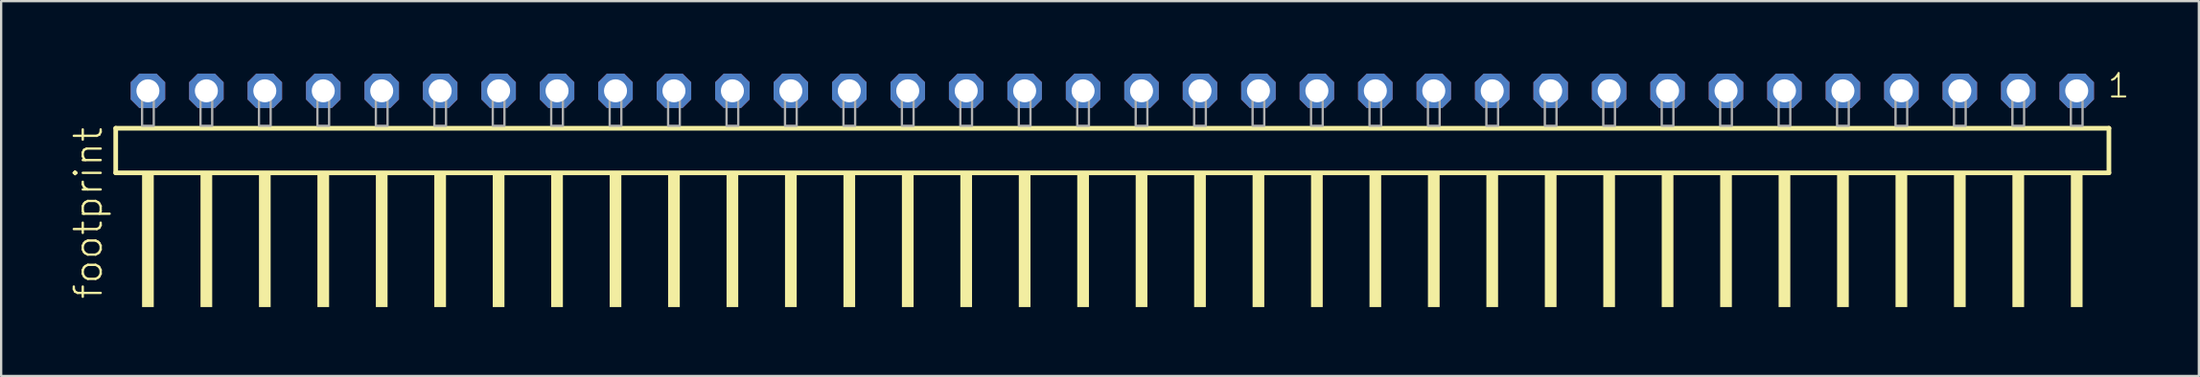
<source format=kicad_pcb>
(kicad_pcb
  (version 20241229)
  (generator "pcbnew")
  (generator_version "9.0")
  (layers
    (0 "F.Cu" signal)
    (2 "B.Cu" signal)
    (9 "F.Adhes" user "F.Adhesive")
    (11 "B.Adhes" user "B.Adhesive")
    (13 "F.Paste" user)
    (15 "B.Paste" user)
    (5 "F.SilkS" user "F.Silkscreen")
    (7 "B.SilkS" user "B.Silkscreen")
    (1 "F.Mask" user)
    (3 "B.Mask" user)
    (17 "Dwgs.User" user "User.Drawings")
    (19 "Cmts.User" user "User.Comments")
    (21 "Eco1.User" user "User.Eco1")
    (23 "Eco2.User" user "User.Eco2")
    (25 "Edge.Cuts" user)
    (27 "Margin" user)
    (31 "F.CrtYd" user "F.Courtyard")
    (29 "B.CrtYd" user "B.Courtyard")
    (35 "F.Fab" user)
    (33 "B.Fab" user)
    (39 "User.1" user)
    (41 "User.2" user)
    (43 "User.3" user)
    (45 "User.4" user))
  (footprint "footprint"
    (layer "F.Cu")
    (at 45.288 2.428)
    (property "Reference" "footprint" (at -43.815 7.62 90) (layer "F.SilkS") (effects (font (size 1.168 1.168) (thickness 0.102)) (justify left bottom)))
    (fp_line (start -43.309 0.106) (end -43.309 2.046) (stroke (width 0.203) (type solid)) (layer "F.SilkS"))
    (fp_line (start -43.309 2.046) (end 43.309 2.046) (stroke (width 0.203) (type solid)) (layer "F.SilkS"))
    (fp_line (start 43.309 0.106) (end -43.309 0.106) (stroke (width 0.203) (type solid)) (layer "F.SilkS"))
    (fp_line (start 43.309 2.046) (end 43.309 0.106) (stroke (width 0.203) (type solid)) (layer "F.SilkS"))
    (fp_poly (pts (xy -42.164 7.89) (xy -41.656 7.89) (xy -41.656 2.04) (xy -42.164 2.04)) (stroke (width 0) (type solid)) (fill yes) (layer "F.SilkS"))
    (fp_poly (pts (xy -39.624 7.89) (xy -39.116 7.89) (xy -39.116 2.04) (xy -39.624 2.04)) (stroke (width 0) (type solid)) (fill yes) (layer "F.SilkS"))
    (fp_poly (pts (xy -37.084 7.89) (xy -36.576 7.89) (xy -36.576 2.04) (xy -37.084 2.04)) (stroke (width 0) (type solid)) (fill yes) (layer "F.SilkS"))
    (fp_poly (pts (xy -34.544 7.89) (xy -34.036 7.89) (xy -34.036 2.04) (xy -34.544 2.04)) (stroke (width 0) (type solid)) (fill yes) (layer "F.SilkS"))
    (fp_poly (pts (xy -32.004 7.89) (xy -31.496 7.89) (xy -31.496 2.04) (xy -32.004 2.04)) (stroke (width 0) (type solid)) (fill yes) (layer "F.SilkS"))
    (fp_poly (pts (xy -29.464 7.89) (xy -28.956 7.89) (xy -28.956 2.04) (xy -29.464 2.04)) (stroke (width 0) (type solid)) (fill yes) (layer "F.SilkS"))
    (fp_poly (pts (xy -26.924 7.89) (xy -26.416 7.89) (xy -26.416 2.04) (xy -26.924 2.04)) (stroke (width 0) (type solid)) (fill yes) (layer "F.SilkS"))
    (fp_poly (pts (xy -24.384 7.89) (xy -23.876 7.89) (xy -23.876 2.04) (xy -24.384 2.04)) (stroke (width 0) (type solid)) (fill yes) (layer "F.SilkS"))
    (fp_poly (pts (xy -21.844 7.89) (xy -21.336 7.89) (xy -21.336 2.04) (xy -21.844 2.04)) (stroke (width 0) (type solid)) (fill yes) (layer "F.SilkS"))
    (fp_poly (pts (xy -19.304 7.89) (xy -18.796 7.89) (xy -18.796 2.04) (xy -19.304 2.04)) (stroke (width 0) (type solid)) (fill yes) (layer "F.SilkS"))
    (fp_poly (pts (xy -16.764 7.89) (xy -16.256 7.89) (xy -16.256 2.04) (xy -16.764 2.04)) (stroke (width 0) (type solid)) (fill yes) (layer "F.SilkS"))
    (fp_poly (pts (xy -14.224 7.89) (xy -13.716 7.89) (xy -13.716 2.04) (xy -14.224 2.04)) (stroke (width 0) (type solid)) (fill yes) (layer "F.SilkS"))
    (fp_poly (pts (xy -11.684 7.89) (xy -11.176 7.89) (xy -11.176 2.04) (xy -11.684 2.04)) (stroke (width 0) (type solid)) (fill yes) (layer "F.SilkS"))
    (fp_poly (pts (xy -9.144 7.89) (xy -8.636 7.89) (xy -8.636 2.04) (xy -9.144 2.04)) (stroke (width 0) (type solid)) (fill yes) (layer "F.SilkS"))
    (fp_poly (pts (xy -6.604 7.89) (xy -6.096 7.89) (xy -6.096 2.04) (xy -6.604 2.04)) (stroke (width 0) (type solid)) (fill yes) (layer "F.SilkS"))
    (fp_poly (pts (xy -4.064 7.89) (xy -3.556 7.89) (xy -3.556 2.04) (xy -4.064 2.04)) (stroke (width 0) (type solid)) (fill yes) (layer "F.SilkS"))
    (fp_poly (pts (xy -1.524 7.89) (xy -1.016 7.89) (xy -1.016 2.04) (xy -1.524 2.04)) (stroke (width 0) (type solid)) (fill yes) (layer "F.SilkS"))
    (fp_poly (pts (xy 1.016 7.89) (xy 1.524 7.89) (xy 1.524 2.04) (xy 1.016 2.04)) (stroke (width 0) (type solid)) (fill yes) (layer "F.SilkS"))
    (fp_poly (pts (xy 3.556 7.89) (xy 4.064 7.89) (xy 4.064 2.04) (xy 3.556 2.04)) (stroke (width 0) (type solid)) (fill yes) (layer "F.SilkS"))
    (fp_poly (pts (xy 6.096 7.89) (xy 6.604 7.89) (xy 6.604 2.04) (xy 6.096 2.04)) (stroke (width 0) (type solid)) (fill yes) (layer "F.SilkS"))
    (fp_poly (pts (xy 8.636 7.89) (xy 9.144 7.89) (xy 9.144 2.04) (xy 8.636 2.04)) (stroke (width 0) (type solid)) (fill yes) (layer "F.SilkS"))
    (fp_poly (pts (xy 11.176 7.89) (xy 11.684 7.89) (xy 11.684 2.04) (xy 11.176 2.04)) (stroke (width 0) (type solid)) (fill yes) (layer "F.SilkS"))
    (fp_poly (pts (xy 13.716 7.89) (xy 14.224 7.89) (xy 14.224 2.04) (xy 13.716 2.04)) (stroke (width 0) (type solid)) (fill yes) (layer "F.SilkS"))
    (fp_poly (pts (xy 16.256 7.89) (xy 16.764 7.89) (xy 16.764 2.04) (xy 16.256 2.04)) (stroke (width 0) (type solid)) (fill yes) (layer "F.SilkS"))
    (fp_poly (pts (xy 18.796 7.89) (xy 19.304 7.89) (xy 19.304 2.04) (xy 18.796 2.04)) (stroke (width 0) (type solid)) (fill yes) (layer "F.SilkS"))
    (fp_poly (pts (xy 21.336 7.89) (xy 21.844 7.89) (xy 21.844 2.04) (xy 21.336 2.04)) (stroke (width 0) (type solid)) (fill yes) (layer "F.SilkS"))
    (fp_poly (pts (xy 23.876 7.89) (xy 24.384 7.89) (xy 24.384 2.04) (xy 23.876 2.04)) (stroke (width 0) (type solid)) (fill yes) (layer "F.SilkS"))
    (fp_poly (pts (xy 26.416 7.89) (xy 26.924 7.89) (xy 26.924 2.04) (xy 26.416 2.04)) (stroke (width 0) (type solid)) (fill yes) (layer "F.SilkS"))
    (fp_poly (pts (xy 28.956 7.89) (xy 29.464 7.89) (xy 29.464 2.04) (xy 28.956 2.04)) (stroke (width 0) (type solid)) (fill yes) (layer "F.SilkS"))
    (fp_poly (pts (xy 31.496 7.89) (xy 32.004 7.89) (xy 32.004 2.04) (xy 31.496 2.04)) (stroke (width 0) (type solid)) (fill yes) (layer "F.SilkS"))
    (fp_poly (pts (xy 34.036 7.89) (xy 34.544 7.89) (xy 34.544 2.04) (xy 34.036 2.04)) (stroke (width 0) (type solid)) (fill yes) (layer "F.SilkS"))
    (fp_poly (pts (xy 36.576 7.89) (xy 37.084 7.89) (xy 37.084 2.04) (xy 36.576 2.04)) (stroke (width 0) (type solid)) (fill yes) (layer "F.SilkS"))
    (fp_poly (pts (xy 39.116 7.89) (xy 39.624 7.89) (xy 39.624 2.04) (xy 39.116 2.04)) (stroke (width 0) (type solid)) (fill yes) (layer "F.SilkS"))
    (fp_poly (pts (xy 41.656 7.89) (xy 42.164 7.89) (xy 42.164 2.04) (xy 41.656 2.04)) (stroke (width 0) (type solid)) (fill yes) (layer "F.SilkS"))
    (fp_poly (pts (xy -42.164 0) (xy -41.656 0) (xy -41.656 -1.778) (xy -42.164 -1.778)) (stroke (width 0.1) (type solid)) (fill no) (layer "F.Fab"))
    (fp_poly (pts (xy -39.624 0) (xy -39.116 0) (xy -39.116 -1.778) (xy -39.624 -1.778)) (stroke (width 0.1) (type solid)) (fill no) (layer "F.Fab"))
    (fp_poly (pts (xy -37.084 0) (xy -36.576 0) (xy -36.576 -1.778) (xy -37.084 -1.778)) (stroke (width 0.1) (type solid)) (fill no) (layer "F.Fab"))
    (fp_poly (pts (xy -34.544 0) (xy -34.036 0) (xy -34.036 -1.778) (xy -34.544 -1.778)) (stroke (width 0.1) (type solid)) (fill no) (layer "F.Fab"))
    (fp_poly (pts (xy -32.004 0) (xy -31.496 0) (xy -31.496 -1.778) (xy -32.004 -1.778)) (stroke (width 0.1) (type solid)) (fill no) (layer "F.Fab"))
    (fp_poly (pts (xy -29.464 0) (xy -28.956 0) (xy -28.956 -1.778) (xy -29.464 -1.778)) (stroke (width 0.1) (type solid)) (fill no) (layer "F.Fab"))
    (fp_poly (pts (xy -26.924 0) (xy -26.416 0) (xy -26.416 -1.778) (xy -26.924 -1.778)) (stroke (width 0.1) (type solid)) (fill no) (layer "F.Fab"))
    (fp_poly (pts (xy -24.384 0) (xy -23.876 0) (xy -23.876 -1.778) (xy -24.384 -1.778)) (stroke (width 0.1) (type solid)) (fill no) (layer "F.Fab"))
    (fp_poly (pts (xy -21.844 0) (xy -21.336 0) (xy -21.336 -1.778) (xy -21.844 -1.778)) (stroke (width 0.1) (type solid)) (fill no) (layer "F.Fab"))
    (fp_poly (pts (xy -19.304 0) (xy -18.796 0) (xy -18.796 -1.778) (xy -19.304 -1.778)) (stroke (width 0.1) (type solid)) (fill no) (layer "F.Fab"))
    (fp_poly (pts (xy -16.764 0) (xy -16.256 0) (xy -16.256 -1.778) (xy -16.764 -1.778)) (stroke (width 0.1) (type solid)) (fill no) (layer "F.Fab"))
    (fp_poly (pts (xy -14.224 0) (xy -13.716 0) (xy -13.716 -1.778) (xy -14.224 -1.778)) (stroke (width 0.1) (type solid)) (fill no) (layer "F.Fab"))
    (fp_poly (pts (xy -11.684 0) (xy -11.176 0) (xy -11.176 -1.778) (xy -11.684 -1.778)) (stroke (width 0.1) (type solid)) (fill no) (layer "F.Fab"))
    (fp_poly (pts (xy -9.144 0) (xy -8.636 0) (xy -8.636 -1.778) (xy -9.144 -1.778)) (stroke (width 0.1) (type solid)) (fill no) (layer "F.Fab"))
    (fp_poly (pts (xy -6.604 0) (xy -6.096 0) (xy -6.096 -1.778) (xy -6.604 -1.778)) (stroke (width 0.1) (type solid)) (fill no) (layer "F.Fab"))
    (fp_poly (pts (xy -4.064 0) (xy -3.556 0) (xy -3.556 -1.778) (xy -4.064 -1.778)) (stroke (width 0.1) (type solid)) (fill no) (layer "F.Fab"))
    (fp_poly (pts (xy -1.524 0) (xy -1.016 0) (xy -1.016 -1.778) (xy -1.524 -1.778)) (stroke (width 0.1) (type solid)) (fill no) (layer "F.Fab"))
    (fp_poly (pts (xy 1.016 0) (xy 1.524 0) (xy 1.524 -1.778) (xy 1.016 -1.778)) (stroke (width 0.1) (type solid)) (fill no) (layer "F.Fab"))
    (fp_poly (pts (xy 3.556 0) (xy 4.064 0) (xy 4.064 -1.778) (xy 3.556 -1.778)) (stroke (width 0.1) (type solid)) (fill no) (layer "F.Fab"))
    (fp_poly (pts (xy 6.096 0) (xy 6.604 0) (xy 6.604 -1.778) (xy 6.096 -1.778)) (stroke (width 0.1) (type solid)) (fill no) (layer "F.Fab"))
    (fp_poly (pts (xy 8.636 0) (xy 9.144 0) (xy 9.144 -1.778) (xy 8.636 -1.778)) (stroke (width 0.1) (type solid)) (fill no) (layer "F.Fab"))
    (fp_poly (pts (xy 11.176 0) (xy 11.684 0) (xy 11.684 -1.778) (xy 11.176 -1.778)) (stroke (width 0.1) (type solid)) (fill no) (layer "F.Fab"))
    (fp_poly (pts (xy 13.716 0) (xy 14.224 0) (xy 14.224 -1.778) (xy 13.716 -1.778)) (stroke (width 0.1) (type solid)) (fill no) (layer "F.Fab"))
    (fp_poly (pts (xy 16.256 0) (xy 16.764 0) (xy 16.764 -1.778) (xy 16.256 -1.778)) (stroke (width 0.1) (type solid)) (fill no) (layer "F.Fab"))
    (fp_poly (pts (xy 18.796 0) (xy 19.304 0) (xy 19.304 -1.778) (xy 18.796 -1.778)) (stroke (width 0.1) (type solid)) (fill no) (layer "F.Fab"))
    (fp_poly (pts (xy 21.336 0) (xy 21.844 0) (xy 21.844 -1.778) (xy 21.336 -1.778)) (stroke (width 0.1) (type solid)) (fill no) (layer "F.Fab"))
    (fp_poly (pts (xy 23.876 0) (xy 24.384 0) (xy 24.384 -1.778) (xy 23.876 -1.778)) (stroke (width 0.1) (type solid)) (fill no) (layer "F.Fab"))
    (fp_poly (pts (xy 26.416 0) (xy 26.924 0) (xy 26.924 -1.778) (xy 26.416 -1.778)) (stroke (width 0.1) (type solid)) (fill no) (layer "F.Fab"))
    (fp_poly (pts (xy 28.956 0) (xy 29.464 0) (xy 29.464 -1.778) (xy 28.956 -1.778)) (stroke (width 0.1) (type solid)) (fill no) (layer "F.Fab"))
    (fp_poly (pts (xy 31.496 0) (xy 32.004 0) (xy 32.004 -1.778) (xy 31.496 -1.778)) (stroke (width 0.1) (type solid)) (fill no) (layer "F.Fab"))
    (fp_poly (pts (xy 34.036 0) (xy 34.544 0) (xy 34.544 -1.778) (xy 34.036 -1.778)) (stroke (width 0.1) (type solid)) (fill no) (layer "F.Fab"))
    (fp_poly (pts (xy 36.576 0) (xy 37.084 0) (xy 37.084 -1.778) (xy 36.576 -1.778)) (stroke (width 0.1) (type solid)) (fill no) (layer "F.Fab"))
    (fp_poly (pts (xy 39.116 0) (xy 39.624 0) (xy 39.624 -1.778) (xy 39.116 -1.778)) (stroke (width 0.1) (type solid)) (fill no) (layer "F.Fab"))
    (fp_poly (pts (xy 41.656 0) (xy 42.164 0) (xy 42.164 -1.778) (xy 41.656 -1.778)) (stroke (width 0.1) (type solid)) (fill no) (layer "F.Fab"))
    (fp_text user "1" (at 43.192 -1.152 0) (layer "F.SilkS") (effects (font (size 1.012 1.012) (thickness 0.088)) (justify left bottom)))
    (pad "1" thru_hole roundrect (at 41.91 -1.524 180) (size 1.5 1.5) (drill 1) (layers "*.Cu" "*.Mask") (roundrect_rratio 0.25) (chamfer_ratio 0.25) (chamfer top_left top_right bottom_left bottom_right))
    (pad "2" thru_hole roundrect (at 39.37 -1.524 180) (size 1.5 1.5) (drill 1) (layers "*.Cu" "*.Mask") (roundrect_rratio 0.25) (chamfer_ratio 0.25) (chamfer top_left top_right bottom_left bottom_right))
    (pad "3" thru_hole roundrect (at 36.83 -1.524 180) (size 1.5 1.5) (drill 1) (layers "*.Cu" "*.Mask") (roundrect_rratio 0.25) (chamfer_ratio 0.25) (chamfer top_left top_right bottom_left bottom_right))
    (pad "4" thru_hole roundrect (at 34.29 -1.524 180) (size 1.5 1.5) (drill 1) (layers "*.Cu" "*.Mask") (roundrect_rratio 0.25) (chamfer_ratio 0.25) (chamfer top_left top_right bottom_left bottom_right))
    (pad "5" thru_hole roundrect (at 31.75 -1.524 180) (size 1.5 1.5) (drill 1) (layers "*.Cu" "*.Mask") (roundrect_rratio 0.25) (chamfer_ratio 0.25) (chamfer top_left top_right bottom_left bottom_right))
    (pad "6" thru_hole roundrect (at 29.21 -1.524 180) (size 1.5 1.5) (drill 1) (layers "*.Cu" "*.Mask") (roundrect_rratio 0.25) (chamfer_ratio 0.25) (chamfer top_left top_right bottom_left bottom_right))
    (pad "7" thru_hole roundrect (at 26.67 -1.524 180) (size 1.5 1.5) (drill 1) (layers "*.Cu" "*.Mask") (roundrect_rratio 0.25) (chamfer_ratio 0.25) (chamfer top_left top_right bottom_left bottom_right))
    (pad "8" thru_hole roundrect (at 24.13 -1.524 180) (size 1.5 1.5) (drill 1) (layers "*.Cu" "*.Mask") (roundrect_rratio 0.25) (chamfer_ratio 0.25) (chamfer top_left top_right bottom_left bottom_right))
    (pad "9" thru_hole roundrect (at 21.59 -1.524 180) (size 1.5 1.5) (drill 1) (layers "*.Cu" "*.Mask") (roundrect_rratio 0.25) (chamfer_ratio 0.25) (chamfer top_left top_right bottom_left bottom_right))
    (pad "10" thru_hole roundrect (at 19.05 -1.524 180) (size 1.5 1.5) (drill 1) (layers "*.Cu" "*.Mask") (roundrect_rratio 0.25) (chamfer_ratio 0.25) (chamfer top_left top_right bottom_left bottom_right))
    (pad "11" thru_hole roundrect (at 16.51 -1.524 180) (size 1.5 1.5) (drill 1) (layers "*.Cu" "*.Mask") (roundrect_rratio 0.25) (chamfer_ratio 0.25) (chamfer top_left top_right bottom_left bottom_right))
    (pad "12" thru_hole roundrect (at 13.97 -1.524 180) (size 1.5 1.5) (drill 1) (layers "*.Cu" "*.Mask") (roundrect_rratio 0.25) (chamfer_ratio 0.25) (chamfer top_left top_right bottom_left bottom_right))
    (pad "13" thru_hole roundrect (at 11.43 -1.524 180) (size 1.5 1.5) (drill 1) (layers "*.Cu" "*.Mask") (roundrect_rratio 0.25) (chamfer_ratio 0.25) (chamfer top_left top_right bottom_left bottom_right))
    (pad "14" thru_hole roundrect (at 8.89 -1.524 180) (size 1.5 1.5) (drill 1) (layers "*.Cu" "*.Mask") (roundrect_rratio 0.25) (chamfer_ratio 0.25) (chamfer top_left top_right bottom_left bottom_right))
    (pad "15" thru_hole roundrect (at 6.35 -1.524 180) (size 1.5 1.5) (drill 1) (layers "*.Cu" "*.Mask") (roundrect_rratio 0.25) (chamfer_ratio 0.25) (chamfer top_left top_right bottom_left bottom_right))
    (pad "16" thru_hole roundrect (at 3.81 -1.524 180) (size 1.5 1.5) (drill 1) (layers "*.Cu" "*.Mask") (roundrect_rratio 0.25) (chamfer_ratio 0.25) (chamfer top_left top_right bottom_left bottom_right))
    (pad "17" thru_hole roundrect (at 1.27 -1.524 180) (size 1.5 1.5) (drill 1) (layers "*.Cu" "*.Mask") (roundrect_rratio 0.25) (chamfer_ratio 0.25) (chamfer top_left top_right bottom_left bottom_right))
    (pad "18" thru_hole roundrect (at -1.27 -1.524 180) (size 1.5 1.5) (drill 1) (layers "*.Cu" "*.Mask") (roundrect_rratio 0.25) (chamfer_ratio 0.25) (chamfer top_left top_right bottom_left bottom_right))
    (pad "19" thru_hole roundrect (at -3.81 -1.524 180) (size 1.5 1.5) (drill 1) (layers "*.Cu" "*.Mask") (roundrect_rratio 0.25) (chamfer_ratio 0.25) (chamfer top_left top_right bottom_left bottom_right))
    (pad "20" thru_hole roundrect (at -6.35 -1.524 180) (size 1.5 1.5) (drill 1) (layers "*.Cu" "*.Mask") (roundrect_rratio 0.25) (chamfer_ratio 0.25) (chamfer top_left top_right bottom_left bottom_right))
    (pad "21" thru_hole roundrect (at -8.89 -1.524 180) (size 1.5 1.5) (drill 1) (layers "*.Cu" "*.Mask") (roundrect_rratio 0.25) (chamfer_ratio 0.25) (chamfer top_left top_right bottom_left bottom_right))
    (pad "22" thru_hole roundrect (at -11.43 -1.524 180) (size 1.5 1.5) (drill 1) (layers "*.Cu" "*.Mask") (roundrect_rratio 0.25) (chamfer_ratio 0.25) (chamfer top_left top_right bottom_left bottom_right))
    (pad "23" thru_hole roundrect (at -13.97 -1.524 180) (size 1.5 1.5) (drill 1) (layers "*.Cu" "*.Mask") (roundrect_rratio 0.25) (chamfer_ratio 0.25) (chamfer top_left top_right bottom_left bottom_right))
    (pad "24" thru_hole roundrect (at -16.51 -1.524 180) (size 1.5 1.5) (drill 1) (layers "*.Cu" "*.Mask") (roundrect_rratio 0.25) (chamfer_ratio 0.25) (chamfer top_left top_right bottom_left bottom_right))
    (pad "25" thru_hole roundrect (at -19.05 -1.524 180) (size 1.5 1.5) (drill 1) (layers "*.Cu" "*.Mask") (roundrect_rratio 0.25) (chamfer_ratio 0.25) (chamfer top_left top_right bottom_left bottom_right))
    (pad "26" thru_hole roundrect (at -21.59 -1.524 180) (size 1.5 1.5) (drill 1) (layers "*.Cu" "*.Mask") (roundrect_rratio 0.25) (chamfer_ratio 0.25) (chamfer top_left top_right bottom_left bottom_right))
    (pad "27" thru_hole roundrect (at -24.13 -1.524 180) (size 1.5 1.5) (drill 1) (layers "*.Cu" "*.Mask") (roundrect_rratio 0.25) (chamfer_ratio 0.25) (chamfer top_left top_right bottom_left bottom_right))
    (pad "28" thru_hole roundrect (at -26.67 -1.524 180) (size 1.5 1.5) (drill 1) (layers "*.Cu" "*.Mask") (roundrect_rratio 0.25) (chamfer_ratio 0.25) (chamfer top_left top_right bottom_left bottom_right))
    (pad "29" thru_hole roundrect (at -29.21 -1.524 180) (size 1.5 1.5) (drill 1) (layers "*.Cu" "*.Mask") (roundrect_rratio 0.25) (chamfer_ratio 0.25) (chamfer top_left top_right bottom_left bottom_right))
    (pad "30" thru_hole roundrect (at -31.75 -1.524 180) (size 1.5 1.5) (drill 1) (layers "*.Cu" "*.Mask") (roundrect_rratio 0.25) (chamfer_ratio 0.25) (chamfer top_left top_right bottom_left bottom_right))
    (pad "31" thru_hole roundrect (at -34.29 -1.524 180) (size 1.5 1.5) (drill 1) (layers "*.Cu" "*.Mask") (roundrect_rratio 0.25) (chamfer_ratio 0.25) (chamfer top_left top_right bottom_left bottom_right))
    (pad "32" thru_hole roundrect (at -36.83 -1.524 180) (size 1.5 1.5) (drill 1) (layers "*.Cu" "*.Mask") (roundrect_rratio 0.25) (chamfer_ratio 0.25) (chamfer top_left top_right bottom_left bottom_right))
    (pad "33" thru_hole roundrect (at -39.37 -1.524 180) (size 1.5 1.5) (drill 1) (layers "*.Cu" "*.Mask") (roundrect_rratio 0.25) (chamfer_ratio 0.25) (chamfer top_left top_right bottom_left bottom_right))
    (pad "34" thru_hole roundrect (at -41.91 -1.524 180) (size 1.5 1.5) (drill 1) (layers "*.Cu" "*.Mask") (roundrect_rratio 0.25) (chamfer_ratio 0.25) (chamfer top_left top_right bottom_left bottom_right)))
  (gr_rect
    (start -3 -3)
    (end 92.506 13.318)
    (stroke (width 0.1) (type default))
    (fill no)
    (layer "Edge.Cuts")))
</source>
